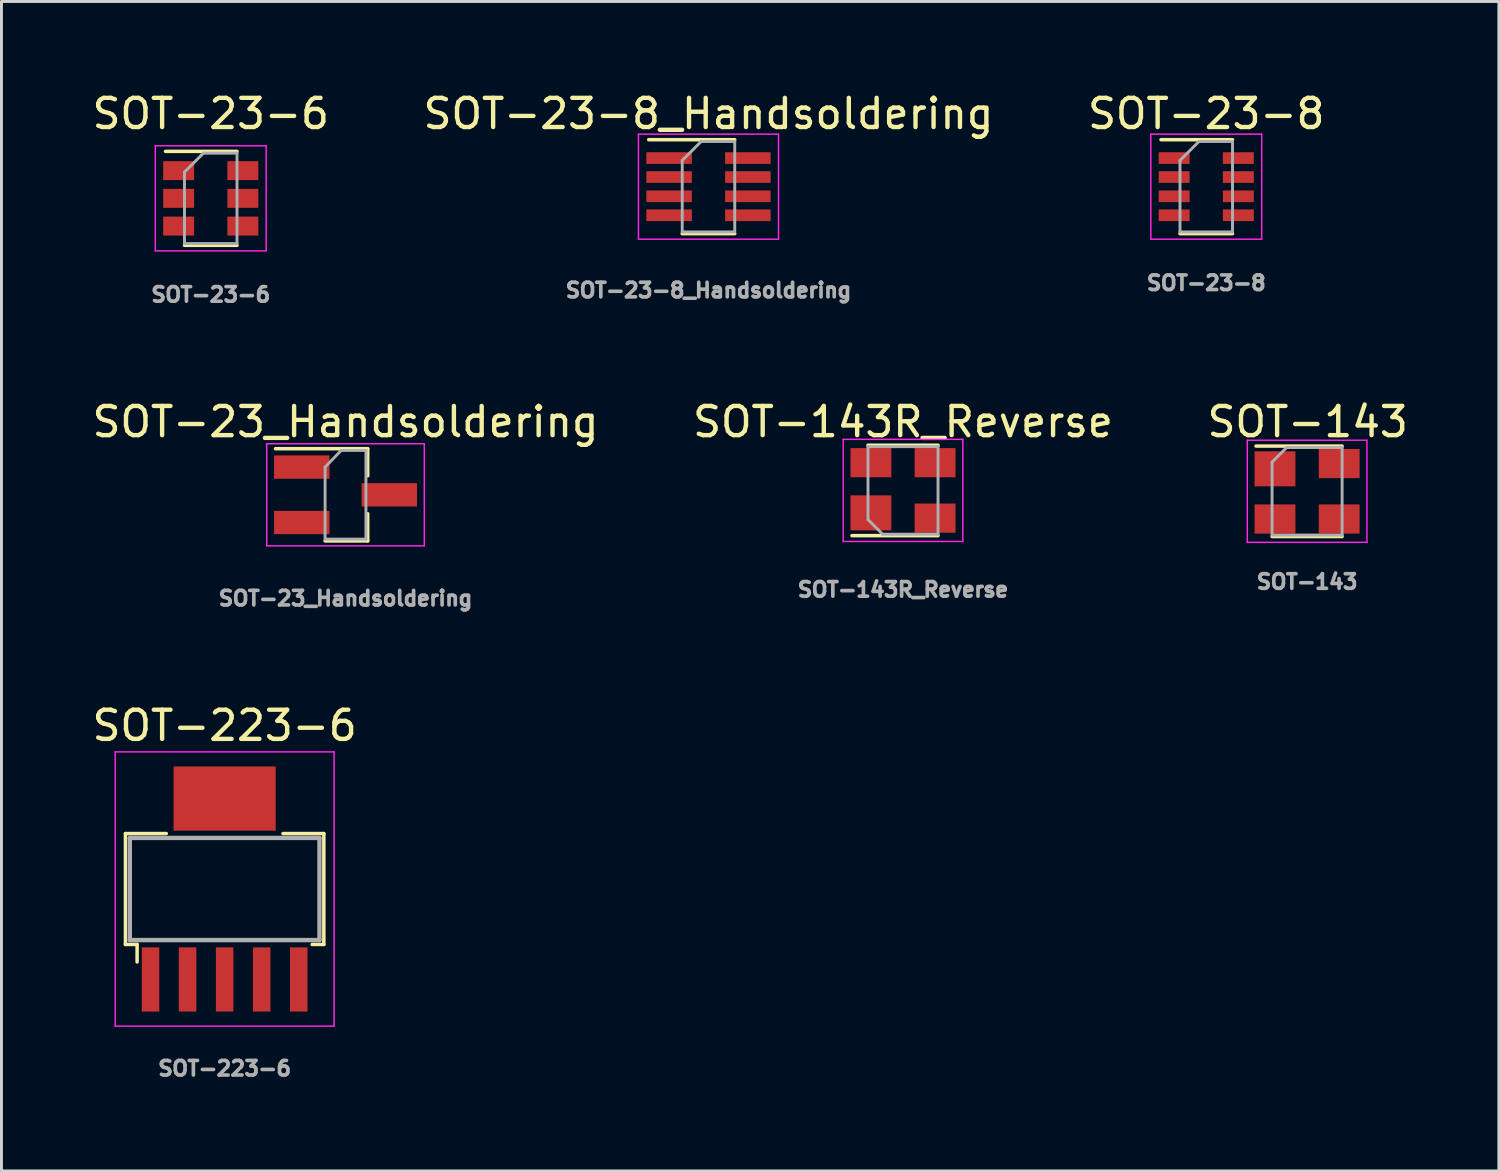
<source format=kicad_pcb>
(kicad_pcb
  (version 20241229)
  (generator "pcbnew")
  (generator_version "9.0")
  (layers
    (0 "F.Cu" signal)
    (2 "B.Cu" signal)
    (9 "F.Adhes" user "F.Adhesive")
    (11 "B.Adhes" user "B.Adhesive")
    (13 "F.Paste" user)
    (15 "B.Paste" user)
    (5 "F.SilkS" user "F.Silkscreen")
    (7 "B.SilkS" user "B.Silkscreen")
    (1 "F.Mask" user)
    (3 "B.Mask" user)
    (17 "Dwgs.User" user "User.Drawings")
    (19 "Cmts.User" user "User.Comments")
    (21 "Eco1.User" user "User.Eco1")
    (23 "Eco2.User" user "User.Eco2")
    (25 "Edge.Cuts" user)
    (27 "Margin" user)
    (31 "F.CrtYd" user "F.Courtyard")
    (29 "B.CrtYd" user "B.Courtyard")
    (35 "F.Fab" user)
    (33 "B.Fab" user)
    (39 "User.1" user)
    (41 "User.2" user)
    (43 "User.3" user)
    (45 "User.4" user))
  (footprint "SOT-143"
    (layer "F.Cu")
    (at 41.748 13.788)
    (property "Reference" "SOT-143" (at 0.02 -2.38 0) (layer "F.SilkS") (effects (font (size 1 1) (thickness 0.15))))
    (attr smd)
    (fp_line (start -1.2 1.55) (end 1.2 1.55) (stroke (width 0.12) (type solid)) (layer "F.SilkS"))
    (fp_line (start 1.2 -1.55) (end -1.75 -1.55) (stroke (width 0.12) (type solid)) (layer "F.SilkS"))
    (fp_line (start -2.05 1.75) (end -2.05 -1.75) (stroke (width 0.05) (type solid)) (layer "F.CrtYd"))
    (fp_line (start -2.05 1.75) (end 2.05 1.75) (stroke (width 0.05) (type solid)) (layer "F.CrtYd"))
    (fp_line (start 2.05 -1.75) (end -2.05 -1.75) (stroke (width 0.05) (type solid)) (layer "F.CrtYd"))
    (fp_line (start 2.05 -1.75) (end 2.05 1.75) (stroke (width 0.05) (type solid)) (layer "F.CrtYd"))
    (fp_line (start -1.2 -1) (end -0.7 -1.5) (stroke (width 0.1) (type solid)) (layer "F.Fab"))
    (fp_line (start -1.2 1.5) (end -1.2 -1) (stroke (width 0.1) (type solid)) (layer "F.Fab"))
    (fp_line (start -0.7 -1.5) (end 1.2 -1.5) (stroke (width 0.1) (type solid)) (layer "F.Fab"))
    (fp_line (start 1.2 -1.5) (end 1.2 1.5) (stroke (width 0.1) (type solid)) (layer "F.Fab"))
    (fp_line (start 1.2 1.5) (end -1.2 1.5) (stroke (width 0.1) (type solid)) (layer "F.Fab"))
    (fp_text user "${REFERENCE}" (at 0 3.1 0) (layer "F.Fab") (effects (font (size 0.5 0.5) (thickness 0.125))))
    (pad "1" smd rect (at -1.1 -0.77 270) (size 1.2 1.4) (layers "F.Cu" "F.Mask" "F.Paste"))
    (pad "2" smd rect (at -1.1 0.95 270) (size 1 1.4) (layers "F.Cu" "F.Mask" "F.Paste"))
    (pad "3" smd rect (at 1.1 0.95 270) (size 1 1.4) (layers "F.Cu" "F.Mask" "F.Paste"))
    (pad "4" smd rect (at 1.1 -0.95 270) (size 1 1.4) (layers "F.Cu" "F.Mask" "F.Paste")))
  (footprint "SOT-223-6"
    (layer "F.Cu")
    (at 4.649 27.419)
    (property "Reference" "SOT-223-6" (at 0 -5.6 0) (layer "F.SilkS") (effects (font (size 1 1) (thickness 0.15))))
    (attr smd)
    (fp_line (start -3.4 -1.9) (end -3.4 1.9) (stroke (width 0.12) (type solid)) (layer "F.SilkS"))
    (fp_line (start -3.4 1.9) (end -3 1.9) (stroke (width 0.12) (type solid)) (layer "F.SilkS"))
    (fp_line (start -3 1.9) (end -3 2.5) (stroke (width 0.12) (type solid)) (layer "F.SilkS"))
    (fp_line (start -2 -1.9) (end -3.4 -1.9) (stroke (width 0.12) (type solid)) (layer "F.SilkS"))
    (fp_line (start 2 -1.9) (end 3.4 -1.9) (stroke (width 0.12) (type solid)) (layer "F.SilkS"))
    (fp_line (start 3.4 -1.9) (end 3.4 1.9) (stroke (width 0.12) (type solid)) (layer "F.SilkS"))
    (fp_line (start 3.4 1.9) (end 3 1.9) (stroke (width 0.12) (type solid)) (layer "F.SilkS"))
    (fp_line (start -3.75 -4.7) (end -3.75 4.7) (stroke (width 0.05) (type solid)) (layer "F.CrtYd"))
    (fp_line (start -3.75 4.7) (end 3.75 4.7) (stroke (width 0.05) (type solid)) (layer "F.CrtYd"))
    (fp_line (start 3.75 -4.7) (end -3.75 -4.7) (stroke (width 0.05) (type solid)) (layer "F.CrtYd"))
    (fp_line (start 3.75 4.7) (end 3.75 -4.7) (stroke (width 0.05) (type solid)) (layer "F.CrtYd"))
    (fp_line (start -3.25 -1.75) (end -3.25 1.75) (stroke (width 0.15) (type solid)) (layer "F.Fab"))
    (fp_line (start -3.25 1.75) (end 3.25 1.75) (stroke (width 0.15) (type solid)) (layer "F.Fab"))
    (fp_line (start 3.25 -1.75) (end -3.25 -1.75) (stroke (width 0.15) (type solid)) (layer "F.Fab"))
    (fp_line (start 3.25 1.75) (end 3.25 -1.75) (stroke (width 0.15) (type solid)) (layer "F.Fab"))
    (fp_text user "${REFERENCE}" (at 0 6.15 0) (layer "F.Fab") (effects (font (size 0.5 0.5) (thickness 0.125))))
    (pad "1" smd rect (at -2.54 3.1) (size 0.6 2.2) (layers "F.Cu" "F.Mask" "F.Paste"))
    (pad "2" smd rect (at -1.27 3.1) (size 0.6 2.2) (layers "F.Cu" "F.Mask" "F.Paste"))
    (pad "3" smd rect (at 0 3.1) (size 0.6 2.2) (layers "F.Cu" "F.Mask" "F.Paste"))
    (pad "4" smd rect (at 1.27 3.1) (size 0.6 2.2) (layers "F.Cu" "F.Mask" "F.Paste"))
    (pad "5" smd rect (at 2.54 3.1) (size 0.6 2.2) (layers "F.Cu" "F.Mask" "F.Paste"))
    (pad "6" smd rect (at 0 -3.1) (size 3.5 2.2) (layers "F.Cu" "F.Mask" "F.Paste")))
  (footprint "SOT-23-8"
    (layer "F.Cu")
    (at 38.292 3.348)
    (property "Reference" "SOT-23-8" (at 0 -2.5 0) (layer "F.SilkS") (effects (font (size 1 1) (thickness 0.15))))
    (attr smd)
    (fp_line (start -0.9 1.61) (end 0.9 1.61) (stroke (width 0.12) (type solid)) (layer "F.SilkS"))
    (fp_line (start 0.9 -1.61) (end -1.55 -1.61) (stroke (width 0.12) (type solid)) (layer "F.SilkS"))
    (fp_line (start -1.9 -1.8) (end -1.9 1.8) (stroke (width 0.05) (type solid)) (layer "F.CrtYd"))
    (fp_line (start -1.9 1.8) (end 1.9 1.8) (stroke (width 0.05) (type solid)) (layer "F.CrtYd"))
    (fp_line (start 1.9 -1.8) (end -1.9 -1.8) (stroke (width 0.05) (type solid)) (layer "F.CrtYd"))
    (fp_line (start 1.9 1.8) (end 1.9 -1.8) (stroke (width 0.05) (type solid)) (layer "F.CrtYd"))
    (fp_line (start -0.9 -0.9) (end -0.9 1.55) (stroke (width 0.1) (type solid)) (layer "F.Fab"))
    (fp_line (start -0.9 -0.9) (end -0.25 -1.55) (stroke (width 0.1) (type solid)) (layer "F.Fab"))
    (fp_line (start 0.9 -1.55) (end -0.25 -1.55) (stroke (width 0.1) (type solid)) (layer "F.Fab"))
    (fp_line (start 0.9 -1.55) (end 0.9 1.55) (stroke (width 0.1) (type solid)) (layer "F.Fab"))
    (fp_line (start 0.9 1.55) (end -0.9 1.55) (stroke (width 0.1) (type solid)) (layer "F.Fab"))
    (fp_text user "${REFERENCE}" (at 0 3.3 0) (layer "F.Fab") (effects (font (size 0.5 0.5) (thickness 0.125))))
    (pad "1" smd rect (at -1.1 -0.98) (size 1.06 0.4) (layers "F.Cu" "F.Mask" "F.Paste"))
    (pad "2" smd rect (at -1.1 -0.33) (size 1.06 0.4) (layers "F.Cu" "F.Mask" "F.Paste"))
    (pad "3" smd rect (at -1.1 0.33) (size 1.06 0.4) (layers "F.Cu" "F.Mask" "F.Paste"))
    (pad "4" smd rect (at -1.1 0.98) (size 1.06 0.4) (layers "F.Cu" "F.Mask" "F.Paste"))
    (pad "5" smd rect (at 1.1 0.98) (size 1.06 0.4) (layers "F.Cu" "F.Mask" "F.Paste"))
    (pad "6" smd rect (at 1.1 0.33) (size 1.06 0.4) (layers "F.Cu" "F.Mask" "F.Paste"))
    (pad "7" smd rect (at 1.1 -0.33) (size 1.06 0.4) (layers "F.Cu" "F.Mask" "F.Paste"))
    (pad "8" smd rect (at 1.1 -0.98) (size 1.06 0.4) (layers "F.Cu" "F.Mask" "F.Paste")))
  (footprint "SOT-143R_Reverse"
    (layer "F.Cu")
    (at 27.899 13.758)
    (property "Reference" "SOT-143R_Reverse" (at 0 -2.35 0) (layer "F.SilkS") (effects (font (size 1 1) (thickness 0.15))))
    (attr smd)
    (fp_line (start -1.2 -1.55) (end 1.2 -1.55) (stroke (width 0.12) (type solid)) (layer "F.SilkS"))
    (fp_line (start 1.2 1.55) (end -1.75 1.55) (stroke (width 0.12) (type solid)) (layer "F.SilkS"))
    (fp_line (start -2.05 1.75) (end -2.05 -1.75) (stroke (width 0.05) (type solid)) (layer "F.CrtYd"))
    (fp_line (start -2.05 1.75) (end 2.05 1.75) (stroke (width 0.05) (type solid)) (layer "F.CrtYd"))
    (fp_line (start 2.05 -1.75) (end -2.05 -1.75) (stroke (width 0.05) (type solid)) (layer "F.CrtYd"))
    (fp_line (start 2.05 -1.75) (end 2.05 1.75) (stroke (width 0.05) (type solid)) (layer "F.CrtYd"))
    (fp_line (start -1.2 -1.5) (end 1.2 -1.5) (stroke (width 0.1) (type solid)) (layer "F.Fab"))
    (fp_line (start -1.2 1) (end -1.2 -1.5) (stroke (width 0.1) (type solid)) (layer "F.Fab"))
    (fp_line (start -0.7 1.5) (end -1.2 1) (stroke (width 0.1) (type solid)) (layer "F.Fab"))
    (fp_line (start 1.2 -1.5) (end 1.2 1.5) (stroke (width 0.1) (type solid)) (layer "F.Fab"))
    (fp_line (start 1.2 1.5) (end -0.7 1.5) (stroke (width 0.1) (type solid)) (layer "F.Fab"))
    (fp_text user "${REFERENCE}" (at 0 3.4 0) (layer "F.Fab") (effects (font (size 0.5 0.5) (thickness 0.125))))
    (pad "1" smd rect (at -1.1 0.77 270) (size 1.2 1.4) (layers "F.Cu" "F.Mask" "F.Paste"))
    (pad "2" smd rect (at -1.1 -0.95 270) (size 1 1.4) (layers "F.Cu" "F.Mask" "F.Paste"))
    (pad "3" smd rect (at 1.1 -0.95 270) (size 1 1.4) (layers "F.Cu" "F.Mask" "F.Paste"))
    (pad "4" smd rect (at 1.1 0.95 270) (size 1 1.4) (layers "F.Cu" "F.Mask" "F.Paste")))
  (footprint "SOT-23-8_Handsoldering"
    (layer "F.Cu")
    (at 21.232 3.348)
    (property "Reference" "SOT-23-8_Handsoldering" (at 0 -2.5 0) (layer "F.SilkS") (effects (font (size 1 1) (thickness 0.15))))
    (attr smd)
    (fp_line (start -0.9 1.61) (end 0.9 1.61) (stroke (width 0.12) (type solid)) (layer "F.SilkS"))
    (fp_line (start 0.9 -1.61) (end -2.05 -1.61) (stroke (width 0.12) (type solid)) (layer "F.SilkS"))
    (fp_line (start -2.4 -1.8) (end 2.4 -1.8) (stroke (width 0.05) (type solid)) (layer "F.CrtYd"))
    (fp_line (start -2.4 1.8) (end -2.4 -1.8) (stroke (width 0.05) (type solid)) (layer "F.CrtYd"))
    (fp_line (start 2.4 -1.8) (end 2.4 1.8) (stroke (width 0.05) (type solid)) (layer "F.CrtYd"))
    (fp_line (start 2.4 1.8) (end -2.4 1.8) (stroke (width 0.05) (type solid)) (layer "F.CrtYd"))
    (fp_line (start -0.9 -0.9) (end -0.9 1.55) (stroke (width 0.1) (type solid)) (layer "F.Fab"))
    (fp_line (start -0.9 -0.9) (end -0.25 -1.55) (stroke (width 0.1) (type solid)) (layer "F.Fab"))
    (fp_line (start 0.9 -1.55) (end -0.25 -1.55) (stroke (width 0.1) (type solid)) (layer "F.Fab"))
    (fp_line (start 0.9 -1.55) (end 0.9 1.55) (stroke (width 0.1) (type solid)) (layer "F.Fab"))
    (fp_line (start 0.9 1.55) (end -0.9 1.55) (stroke (width 0.1) (type solid)) (layer "F.Fab"))
    (fp_text user "${REFERENCE}" (at 0 3.55 0) (layer "F.Fab") (effects (font (size 0.5 0.5) (thickness 0.125))))
    (pad "1" smd rect (at -1.35 -0.98) (size 1.56 0.4) (layers "F.Cu" "F.Mask" "F.Paste"))
    (pad "2" smd rect (at -1.35 -0.33) (size 1.56 0.4) (layers "F.Cu" "F.Mask" "F.Paste"))
    (pad "3" smd rect (at -1.35 0.33) (size 1.56 0.4) (layers "F.Cu" "F.Mask" "F.Paste"))
    (pad "4" smd rect (at -1.35 0.98) (size 1.56 0.4) (layers "F.Cu" "F.Mask" "F.Paste"))
    (pad "5" smd rect (at 1.35 0.98) (size 1.56 0.4) (layers "F.Cu" "F.Mask" "F.Paste"))
    (pad "6" smd rect (at 1.35 0.33) (size 1.56 0.4) (layers "F.Cu" "F.Mask" "F.Paste"))
    (pad "7" smd rect (at 1.35 -0.33) (size 1.56 0.4) (layers "F.Cu" "F.Mask" "F.Paste"))
    (pad "8" smd rect (at 1.35 -0.98) (size 1.56 0.4) (layers "F.Cu" "F.Mask" "F.Paste")))
  (footprint "SOT-23-6"
    (layer "F.Cu")
    (at 4.173 3.748)
    (property "Reference" "SOT-23-6" (at 0 -2.9 0) (layer "F.SilkS") (effects (font (size 1 1) (thickness 0.15))))
    (attr smd)
    (fp_line (start -0.9 1.61) (end 0.9 1.61) (stroke (width 0.12) (type solid)) (layer "F.SilkS"))
    (fp_line (start 0.9 -1.61) (end -1.55 -1.61) (stroke (width 0.12) (type solid)) (layer "F.SilkS"))
    (fp_line (start -1.9 -1.8) (end -1.9 1.8) (stroke (width 0.05) (type solid)) (layer "F.CrtYd"))
    (fp_line (start -1.9 1.8) (end 1.9 1.8) (stroke (width 0.05) (type solid)) (layer "F.CrtYd"))
    (fp_line (start 1.9 -1.8) (end -1.9 -1.8) (stroke (width 0.05) (type solid)) (layer "F.CrtYd"))
    (fp_line (start 1.9 1.8) (end 1.9 -1.8) (stroke (width 0.05) (type solid)) (layer "F.CrtYd"))
    (fp_line (start -0.9 -0.9) (end -0.9 1.55) (stroke (width 0.1) (type solid)) (layer "F.Fab"))
    (fp_line (start -0.9 -0.9) (end -0.25 -1.55) (stroke (width 0.1) (type solid)) (layer "F.Fab"))
    (fp_line (start 0.9 -1.55) (end -0.25 -1.55) (stroke (width 0.1) (type solid)) (layer "F.Fab"))
    (fp_line (start 0.9 -1.55) (end 0.9 1.55) (stroke (width 0.1) (type solid)) (layer "F.Fab"))
    (fp_line (start 0.9 1.55) (end -0.9 1.55) (stroke (width 0.1) (type solid)) (layer "F.Fab"))
    (fp_text user "${REFERENCE}" (at 0 3.3 0) (layer "F.Fab") (effects (font (size 0.5 0.5) (thickness 0.125))))
    (pad "1" smd rect (at -1.1 -0.95) (size 1.06 0.65) (layers "F.Cu" "F.Mask" "F.Paste"))
    (pad "2" smd rect (at -1.1 0) (size 1.06 0.65) (layers "F.Cu" "F.Mask" "F.Paste"))
    (pad "3" smd rect (at -1.1 0.95) (size 1.06 0.65) (layers "F.Cu" "F.Mask" "F.Paste"))
    (pad "4" smd rect (at 1.1 0.95) (size 1.06 0.65) (layers "F.Cu" "F.Mask" "F.Paste"))
    (pad "5" smd rect (at 1.1 0) (size 1.06 0.65) (layers "F.Cu" "F.Mask" "F.Paste"))
    (pad "6" smd rect (at 1.1 -0.95) (size 1.06 0.65) (layers "F.Cu" "F.Mask" "F.Paste")))
  (footprint "SOT-23_Handsoldering"
    (layer "F.Cu")
    (at 8.792 13.908)
    (property "Reference" "SOT-23_Handsoldering" (at 0 -2.5 0) (layer "F.SilkS") (effects (font (size 1 1) (thickness 0.15))))
    (attr smd)
    (fp_line (start 0.76 -1.58) (end -2.4 -1.58) (stroke (width 0.12) (type solid)) (layer "F.SilkS"))
    (fp_line (start 0.76 -1.58) (end 0.76 -0.65) (stroke (width 0.12) (type solid)) (layer "F.SilkS"))
    (fp_line (start 0.76 1.58) (end -0.7 1.58) (stroke (width 0.12) (type solid)) (layer "F.SilkS"))
    (fp_line (start 0.76 1.58) (end 0.76 0.65) (stroke (width 0.12) (type solid)) (layer "F.SilkS"))
    (fp_line (start -2.7 -1.75) (end 2.7 -1.75) (stroke (width 0.05) (type solid)) (layer "F.CrtYd"))
    (fp_line (start -2.7 1.75) (end -2.7 -1.75) (stroke (width 0.05) (type solid)) (layer "F.CrtYd"))
    (fp_line (start 2.7 -1.75) (end 2.7 1.75) (stroke (width 0.05) (type solid)) (layer "F.CrtYd"))
    (fp_line (start 2.7 1.75) (end -2.7 1.75) (stroke (width 0.05) (type solid)) (layer "F.CrtYd"))
    (fp_line (start -0.7 -0.95) (end -0.7 1.5) (stroke (width 0.1) (type solid)) (layer "F.Fab"))
    (fp_line (start -0.7 -0.95) (end -0.15 -1.52) (stroke (width 0.1) (type solid)) (layer "F.Fab"))
    (fp_line (start -0.7 1.52) (end 0.7 1.52) (stroke (width 0.1) (type solid)) (layer "F.Fab"))
    (fp_line (start -0.15 -1.52) (end 0.7 -1.52) (stroke (width 0.1) (type solid)) (layer "F.Fab"))
    (fp_line (start 0.7 -1.52) (end 0.7 1.52) (stroke (width 0.1) (type solid)) (layer "F.Fab"))
    (fp_text user "${REFERENCE}" (at 0 3.55 0) (layer "F.Fab") (effects (font (size 0.5 0.5) (thickness 0.125))))
    (pad "1" smd rect (at -1.5 -0.95) (size 1.9 0.8) (layers "F.Cu" "F.Mask" "F.Paste"))
    (pad "2" smd rect (at -1.5 0.95) (size 1.9 0.8) (layers "F.Cu" "F.Mask" "F.Paste"))
    (pad "3" smd rect (at 1.5 0) (size 1.9 0.8) (layers "F.Cu" "F.Mask" "F.Paste")))
  (gr_rect
    (start -3 -3)
    (end 48.321 37.08)
    (stroke (width 0.1) (type default))
    (fill no)
    (layer "Edge.Cuts")))
</source>
